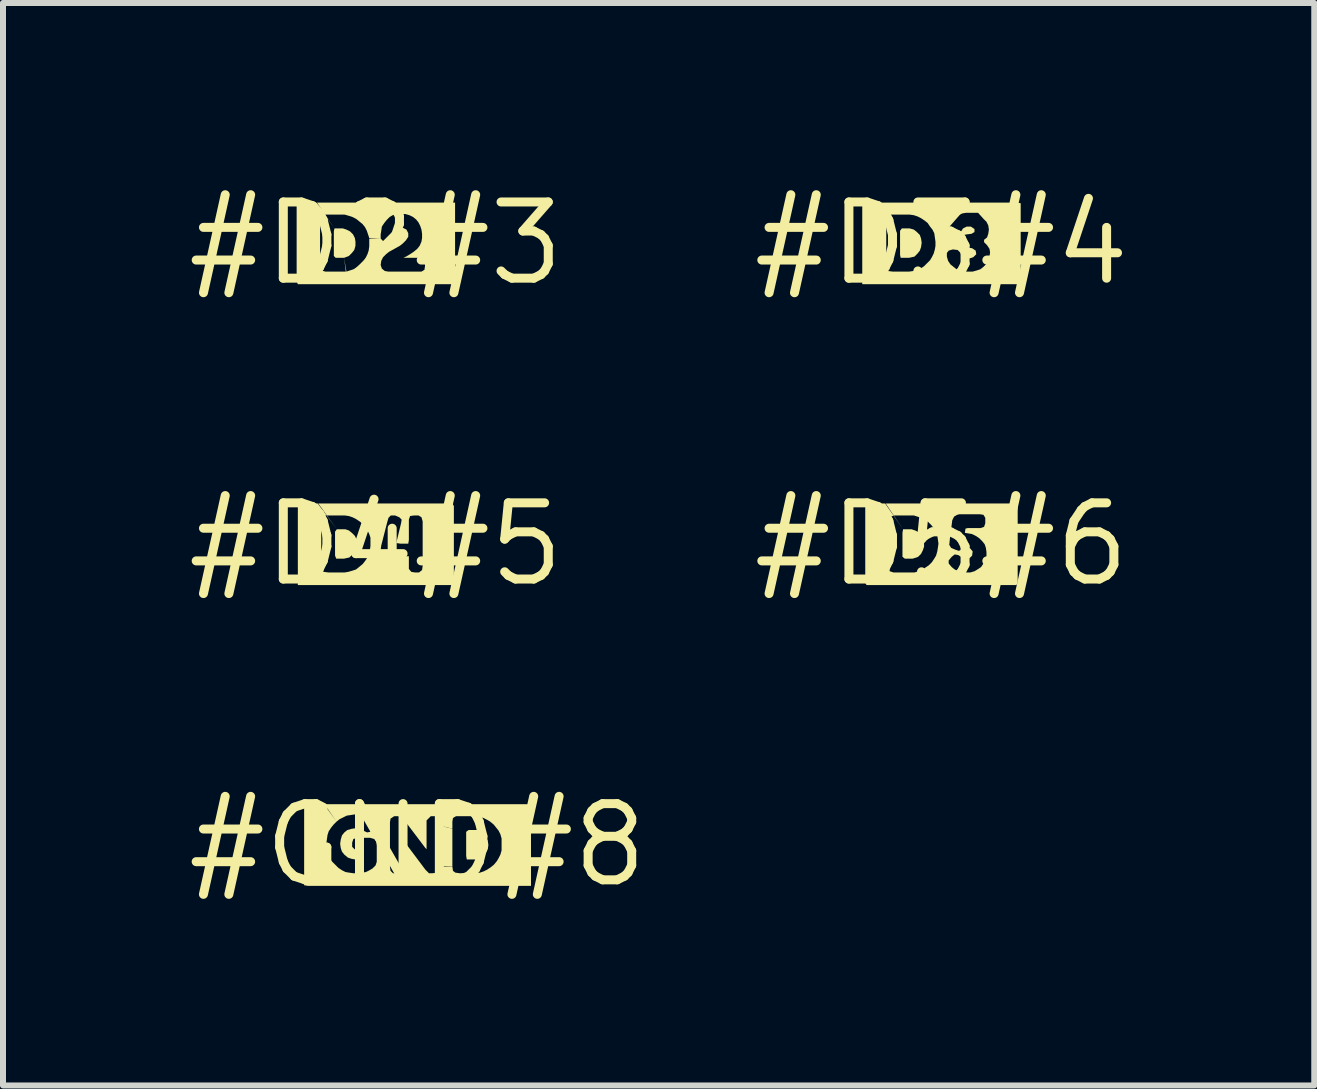
<source format=kicad_pcb>
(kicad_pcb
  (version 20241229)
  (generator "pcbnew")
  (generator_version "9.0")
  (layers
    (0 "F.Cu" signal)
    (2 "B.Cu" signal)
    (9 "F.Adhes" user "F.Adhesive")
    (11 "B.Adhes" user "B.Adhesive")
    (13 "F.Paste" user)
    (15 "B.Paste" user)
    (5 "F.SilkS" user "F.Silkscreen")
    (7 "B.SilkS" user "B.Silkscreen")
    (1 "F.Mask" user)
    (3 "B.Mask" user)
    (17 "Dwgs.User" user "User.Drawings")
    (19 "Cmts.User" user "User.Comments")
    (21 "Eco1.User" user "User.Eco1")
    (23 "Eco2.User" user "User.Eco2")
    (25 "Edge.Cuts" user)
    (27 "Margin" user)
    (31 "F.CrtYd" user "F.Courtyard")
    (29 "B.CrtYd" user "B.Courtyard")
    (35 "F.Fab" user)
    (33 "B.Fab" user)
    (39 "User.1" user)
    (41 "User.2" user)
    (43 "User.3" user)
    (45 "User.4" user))
  (footprint "#D3#4"
    (layer "F.Cu")
    (at 12.638 1.006)
    (property "Reference" "#D3#4" (at 0 0 0) (layer "F.SilkS") (effects (font (size 1.27 1.27) (thickness 0.15))))
    (attr through_hole)
    (fp_poly (pts (xy -0.98 -0.68) (xy -1.32 -0.68) (xy -1.32 0.68) (xy -1.25 0.68) (xy 1.32 0.68) (xy 1.32 -0.67) (xy 1.25 -0.68) (xy -0.98 -0.68) (xy -0.66 -0.25) (xy -0.59 -0.25) (xy -0.53 -0.25) (xy -0.46 -0.23) (xy -0.41 -0.19) (xy -0.36 -0.14) (xy -0.34 -0.08) (xy -0.33 -0.01) (xy -0.34 0.06) (xy -0.36 0.12) (xy -0.4 0.17) (xy -0.45 0.22) (xy -0.35 0.42) (xy -0.41 0.45) (xy -0.47 0.46) (xy -0.54 0.47) (xy -0.81 0.47) (xy -0.89 0.46) (xy -0.92 0.42) (xy -0.92 0.35) (xy -0.92 -0.4) (xy -0.91 -0.45) (xy -0.86 -0.48) (xy -0.8 -0.48) (xy -0.6 -0.48) (xy -0.53 -0.48) (xy -0.46 -0.47) (xy -0.4 -0.45) (xy -0.34 -0.42) (xy -0.28 -0.38) (xy -0.23 -0.34) (xy -0.19 -0.28) (xy -0.15 -0.23) (xy -0.12 -0.17) (xy -0.11 -0.1) (xy -0.1 -0.03) (xy -0.1 0.04) (xy -0.11 0.1) (xy 0.09 0.16) (xy 0.12 0.12) (xy 0.19 0.1) (xy 0.27 0.11) (xy 0.31 0.15) (xy 0.34 0.21) (xy 0.4 0.25) (xy 0.47 0.25) (xy 0.53 0.23) (xy 0.58 0.18) (xy 0.57 0.12) (xy 0.51 0.08) (xy 0.44 0.07) (xy 0.38 0.06) (xy 0.35 0.01) (xy 0.34 -0.07) (xy 0.37 -0.14) (xy 0.42 -0.15) (xy 0.5 -0.16) (xy 0.55 -0.19) (xy 0.55 -0.24) (xy 0.49 -0.28) (xy 0.42 -0.28) (xy 0.36 -0.25) (xy 0.32 -0.19) (xy 0.27 -0.16) (xy 0.21 -0.17) (xy 0.15 -0.21) (xy 0.13 -0.27) (xy 0.14 -0.32) (xy 0.18 -0.39) (xy 0.23 -0.44) (xy 0.28 -0.47) (xy 0.35 -0.5) (xy 0.41 -0.51) (xy 0.55 -0.51) (xy 0.61 -0.51) (xy 0.7 -0.41) (xy 0.75 -0.36) (xy 0.78 -0.3) (xy 0.79 -0.23) (xy 0.78 -0.16) (xy 0.76 -0.1) (xy 0.71 -0.06) (xy 0.71 -0.02) (xy 0.76 0.03) (xy 0.8 0.09) (xy 0.81 0.15) (xy 0.8 0.22) (xy 0.78 0.29) (xy 0.75 0.34) (xy 0.7 0.39) (xy 0.65 0.43) (xy 0.59 0.45) (xy 0.52 0.47) (xy 0.45 0.47) (xy 0.38 0.47) (xy 0.31 0.45) (xy 0.25 0.43) (xy 0.2 0.39) (xy 0.15 0.35) (xy 0.11 0.29) (xy 0.09 0.22) (xy 0.09 0.16) (xy -0.11 0.1) (xy -0.13 0.17) (xy -0.16 0.23) (xy -0.19 0.28) (xy -0.24 0.33) (xy -0.29 0.38) (xy -0.35 0.42) (xy -0.45 0.22) (xy -0.54 0.24) (xy -0.68 0.24) (xy -0.69 0.19) (xy -0.69 -0.21) (xy -0.66 -0.25)) (stroke (width 0) (type solid)) (fill yes) (layer "F.SilkS")))
  (footprint "#D4#5"
    (layer "F.Cu")
    (at 3.213 6.019)
    (property "Reference" "#D4#5" (at 0 0 0) (layer "F.SilkS") (effects (font (size 1.27 1.27) (thickness 0.15))))
    (attr through_hole)
    (fp_poly (pts (xy -0.97 -0.68) (xy -1.24 -0.68) (xy -1.3 -0.67) (xy -1.3 0.61) (xy -1.3 0.68) (xy 1.27 0.68) (xy 1.3 0.64) (xy 1.3 -0.64) (xy 1.27 -0.68) (xy -0.96 -0.68) (xy -0.65 -0.25) (xy -0.58 -0.25) (xy -0.51 -0.25) (xy -0.45 -0.23) (xy -0.4 -0.19) (xy -0.35 -0.14) (xy -0.32 -0.08) (xy -0.31 -0.01) (xy -0.32 0.06) (xy -0.35 0.12) (xy -0.39 0.17) (xy -0.44 0.22) (xy -0.33 0.42) (xy -0.39 0.44) (xy -0.46 0.46) (xy -0.52 0.47) (xy -0.79 0.47) (xy -0.87 0.46) (xy -0.9 0.42) (xy -0.91 0.35) (xy -0.91 -0.4) (xy -0.89 -0.45) (xy -0.84 -0.48) (xy -0.79 -0.48) (xy -0.59 -0.48) (xy -0.52 -0.48) (xy -0.45 -0.47) (xy -0.39 -0.45) (xy -0.33 -0.42) (xy -0.27 -0.38) (xy -0.22 -0.34) (xy -0.17 -0.29) (xy -0.14 -0.23) (xy -0.11 -0.17) (xy -0.09 -0.11) (xy -0.09 -0.04) (xy -0.09 0.03) (xy 0.09 0.02) (xy 0.19 -0.37) (xy 0.21 -0.44) (xy 0.25 -0.48) (xy 0.32 -0.48) (xy 0.39 -0.45) (xy 0.43 -0.41) (xy 0.42 -0.35) (xy 0.34 -0.02) (xy 0.41 -0.01) (xy 0.54 -0.01) (xy 0.55 -0.07) (xy 0.55 -0.41) (xy 0.57 -0.47) (xy 0.64 -0.48) (xy 0.71 -0.48) (xy 0.76 -0.45) (xy 0.78 -0.38) (xy 0.78 0.36) (xy 0.77 0.43) (xy 0.72 0.47) (xy 0.65 0.47) (xy 0.59 0.46) (xy 0.55 0.41) (xy 0.55 0.34) (xy 0.55 0.2) (xy 0.49 0.2) (xy 0.22 0.2) (xy 0.14 0.19) (xy 0.09 0.16) (xy 0.08 0.09) (xy 0.09 0.02) (xy -0.09 0.03) (xy -0.1 0.1) (xy -0.11 0.16) (xy -0.14 0.22) (xy -0.18 0.28) (xy -0.22 0.33) (xy -0.28 0.38) (xy -0.33 0.42) (xy -0.44 0.22) (xy -0.53 0.24) (xy -0.66 0.24) (xy -0.68 0.19) (xy -0.68 -0.21) (xy -0.65 -0.25)) (stroke (width 0) (type solid)) (fill yes) (layer "F.SilkS")))
  (footprint "#D2#3"
    (layer "F.Cu")
    (at 3.213 1.006)
    (property "Reference" "#D2#3" (at 0 0 0) (layer "F.SilkS") (effects (font (size 1.27 1.27) (thickness 0.15))))
    (attr through_hole)
    (fp_poly (pts (xy -1.01 -0.68) (xy -1.28 -0.68) (xy -1.32 -0.66) (xy -1.32 0.63) (xy -1.3 0.68) (xy 1.27 0.68) (xy 1.32 0.67) (xy 1.32 -0.62) (xy 1.32 -0.68) (xy -0.98 -0.68) (xy -0.69 -0.25) (xy -0.55 -0.25) (xy -0.49 -0.23) (xy -0.43 -0.2) (xy -0.38 -0.15) (xy -0.35 -0.09) (xy -0.34 -0.03) (xy -0.34 0.04) (xy -0.36 0.11) (xy -0.4 0.16) (xy -0.45 0.21) (xy -0.53 0.24) (xy -0.5 0.47) (xy -0.56 0.47) (xy -0.84 0.47) (xy -0.91 0.45) (xy -0.93 0.41) (xy -0.93 0.33) (xy -0.93 -0.41) (xy -0.91 -0.46) (xy -0.84 -0.48) (xy -0.79 -0.48) (xy -0.59 -0.48) (xy -0.52 -0.48) (xy -0.45 -0.46) (xy -0.39 -0.44) (xy -0.33 -0.41) (xy -0.28 -0.37) (xy -0.22 -0.32) (xy -0.18 -0.27) (xy -0.15 -0.21) (xy -0.13 -0.15) (xy -0.11 -0.09) (xy 0.08 -0.08) (xy 0.08 -0.15) (xy 0.09 -0.21) (xy 0.1 -0.28) (xy 0.14 -0.34) (xy 0.18 -0.39) (xy 0.23 -0.44) (xy 0.28 -0.47) (xy 0.35 -0.49) (xy 0.42 -0.49) (xy 0.49 -0.49) (xy 0.56 -0.47) (xy 0.62 -0.44) (xy 0.67 -0.4) (xy 0.71 -0.35) (xy 0.74 -0.29) (xy 0.76 -0.23) (xy 0.77 -0.16) (xy 0.77 -0.09) (xy 0.76 -0.03) (xy 0.73 0.04) (xy 0.69 0.09) (xy 0.63 0.14) (xy 0.57 0.18) (xy 0.52 0.21) (xy 0.46 0.24) (xy 0.52 0.24) (xy 0.66 0.24) (xy 0.7 0.24) (xy 0.77 0.25) (xy 0.81 0.3) (xy 0.82 0.37) (xy 0.81 0.44) (xy 0.76 0.47) (xy 0.69 0.47) (xy 0.21 0.47) (xy 0.15 0.46) (xy 0.1 0.42) (xy 0.08 0.36) (xy 0.09 0.29) (xy 0.12 0.23) (xy 0.17 0.18) (xy 0.22 0.14) (xy 0.4 0.04) (xy 0.45 0) (xy 0.5 -0.05) (xy 0.54 -0.11) (xy 0.54 -0.17) (xy 0.51 -0.23) (xy 0.45 -0.26) (xy 0.38 -0.26) (xy 0.33 -0.21) (xy 0.31 -0.15) (xy 0.3 -0.09) (xy 0.27 -0.04) (xy 0.2 -0.03) (xy 0.12 -0.04) (xy 0.08 -0.08) (xy -0.11 -0.08) (xy -0.11 -0.02) (xy -0.11 0.05) (xy -0.12 0.12) (xy -0.14 0.18) (xy -0.17 0.24) (xy -0.21 0.3) (xy -0.26 0.35) (xy -0.31 0.39) (xy -0.37 0.43) (xy -0.43 0.45) (xy -0.49 0.47) (xy -0.53 0.24) (xy -0.67 0.24) (xy -0.7 0.21) (xy -0.7 -0.2) (xy -0.69 -0.25) (xy -0.99 -0.68)) (stroke (width 0) (type solid)) (fill yes) (layer "F.SilkS")))
  (footprint "#GND#8"
    (layer "F.Cu")
    (at 3.908 11.031)
    (property "Reference" "#GND#8" (at 0 0 0) (layer "F.SilkS") (effects (font (size 1.27 1.27) (thickness 0.15))))
    (attr through_hole)
    (fp_poly (pts (xy -1.62 -0.68) (xy -1.89 -0.68) (xy -1.89 -0.61) (xy -1.89 0.67) (xy -1.83 0.68) (xy 1.89 0.68) (xy 1.89 0.61) (xy 1.89 -0.67) (xy 1.83 -0.68) (xy -1.55 -0.68) (xy -1.35 -0.39) (xy -1.3 -0.43) (xy -1.24 -0.46) (xy -1.18 -0.49) (xy -1.11 -0.5) (xy -1.05 -0.51) (xy -0.98 -0.5) (xy -0.91 -0.49) (xy -0.85 -0.47) (xy -0.79 -0.44) (xy -0.73 -0.4) (xy -0.71 -0.34) (xy -0.74 -0.28) (xy -0.79 -0.22) (xy -0.84 -0.21) (xy -0.97 -0.27) (xy -1.03 -0.28) (xy -1.1 -0.27) (xy -1.17 -0.25) (xy -1.22 -0.21) (xy -1.26 -0.16) (xy -1.28 -0.09) (xy -1.29 -0.02) (xy -1.28 0.05) (xy -1.26 0.11) (xy -1.22 0.16) (xy -1.16 0.21) (xy -1.1 0.23) (xy -1.04 0.24) (xy -0.97 0.24) (xy -0.91 0.21) (xy -0.91 0.08) (xy -1.05 0.07) (xy -1.09 0.03) (xy -1.09 -0.04) (xy -1.07 -0.1) (xy -1.01 -0.12) (xy -1 -0.12) (xy -0.79 -0.12) (xy -0.72 -0.1) (xy -0.69 -0.06) (xy -0.68 0.01) (xy -0.68 0.28) (xy -0.46 0.37) (xy -0.46 -0.38) (xy -0.45 -0.44) (xy -0.39 -0.48) (xy -0.32 -0.48) (xy -0.26 -0.46) (xy -0.21 -0.4) (xy 0.07 -0.03) (xy 0.13 0.05) (xy 0.15 0.07) (xy 0.15 -0.34) (xy 0.15 -0.41) (xy 0.22 -0.48) (xy 0.3 -0.48) (xy 0.35 -0.45) (xy 0.37 -0.4) (xy 0.38 -0.32) (xy 0.81 -0.22) (xy 0.85 -0.25) (xy 0.92 -0.25) (xy 0.99 -0.25) (xy 1.05 -0.22) (xy 1.1 -0.18) (xy 1.14 -0.13) (xy 1.17 -0.07) (xy 1.18 0) (xy 1.17 0.07) (xy 1.14 0.13) (xy 1.09 0.18) (xy 1.04 0.23) (xy 1.02 0.24) (xy 0.82 0.24) (xy 0.81 0.18) (xy 0.81 -0.22) (xy 0.38 -0.32) (xy 0.38 0.35) (xy 0.58 0.36) (xy 0.58 -0.39) (xy 0.59 -0.45) (xy 0.64 -0.48) (xy 0.69 -0.48) (xy 0.97 -0.48) (xy 1.03 -0.47) (xy 1.1 -0.45) (xy 1.16 -0.42) (xy 1.21 -0.39) (xy 1.27 -0.34) (xy 1.31 -0.29) (xy 1.35 -0.24) (xy 1.38 -0.18) (xy 1.4 -0.11) (xy 1.4 -0.04) (xy 1.4 0.03) (xy 1.4 0.09) (xy 1.38 0.16) (xy 1.35 0.22) (xy 1.32 0.27) (xy 1.27 0.33) (xy 1.22 0.37) (xy 1.16 0.41) (xy 1.1 0.44) (xy 1.04 0.46) (xy 0.97 0.47) (xy 0.91 0.47) (xy 0.7 0.47) (xy 0.63 0.46) (xy 0.59 0.43) (xy 0.58 0.36) (xy 0.38 0.36) (xy 0.37 0.42) (xy 0.33 0.46) (xy 0.25 0.47) (xy 0.19 0.47) (xy 0.13 0.41) (xy -0.23 -0.07) (xy -0.23 -0.01) (xy -0.23 0.4) (xy -0.26 0.45) (xy -0.32 0.47) (xy -0.41 0.47) (xy -0.45 0.43) (xy -0.46 0.37) (xy -0.68 0.28) (xy -0.7 0.34) (xy -0.75 0.39) (xy -0.8 0.42) (xy -0.86 0.45) (xy -0.92 0.46) (xy -1 0.47) (xy -1.07 0.47) (xy -1.14 0.46) (xy -1.2 0.45) (xy -1.26 0.42) (xy -1.32 0.38) (xy -1.37 0.33) (xy -1.42 0.28) (xy -1.46 0.23) (xy -1.49 0.17) (xy -1.51 0.1) (xy -1.52 0.04) (xy -1.52 -0.03) (xy -1.51 -0.1) (xy -1.5 -0.17) (xy -1.48 -0.23) (xy -1.44 -0.29) (xy -1.4 -0.34) (xy -1.35 -0.39) (xy -1.56 -0.68)) (stroke (width 0) (type solid)) (fill yes) (layer "F.SilkS")))
  (footprint "#D5#6"
    (layer "F.Cu")
    (at 12.638 6.019)
    (property "Reference" "#D5#6" (at 0 0 0) (layer "F.SilkS") (effects (font (size 1.27 1.27) (thickness 0.15))))
    (attr through_hole)
    (fp_poly (pts (xy -0.96 -0.68) (xy -1.23 -0.68) (xy -1.27 -0.65) (xy -1.27 0.63) (xy -1.25 0.68) (xy 1.25 0.68) (xy 1.27 0.63) (xy 1.27 -0.65) (xy 1.23 -0.68) (xy -0.93 -0.68) (xy -0.64 -0.25) (xy -0.5 -0.25) (xy -0.44 -0.23) (xy -0.38 -0.2) (xy -0.33 -0.15) (xy -0.3 -0.1) (xy -0.29 -0.03) (xy -0.29 0.04) (xy -0.31 0.1) (xy -0.34 0.16) (xy -0.39 0.21) (xy -0.48 0.24) (xy -0.45 0.47) (xy -0.52 0.47) (xy -0.8 0.47) (xy -0.86 0.45) (xy -0.88 0.4) (xy -0.88 0.33) (xy -0.88 -0.42) (xy -0.85 -0.46) (xy -0.78 -0.48) (xy -0.73 -0.48) (xy -0.53 -0.48) (xy -0.46 -0.48) (xy -0.4 -0.46) (xy -0.34 -0.44) (xy -0.28 -0.41) (xy -0.22 -0.37) (xy -0.17 -0.32) (xy -0.13 -0.27) (xy -0.1 -0.21) (xy -0.07 -0.15) (xy -0.06 -0.08) (xy -0.05 -0.01) (xy 0.13 0.01) (xy 0.14 -0.09) (xy 0.18 -0.4) (xy 0.21 -0.46) (xy 0.26 -0.49) (xy 0.3 -0.5) (xy 0.64 -0.5) (xy 0.7 -0.49) (xy 0.73 -0.44) (xy 0.73 -0.35) (xy 0.71 -0.29) (xy 0.65 -0.27) (xy 0.44 -0.27) (xy 0.4 -0.26) (xy 0.39 -0.19) (xy 0.51 -0.17) (xy 0.57 -0.14) (xy 0.63 -0.1) (xy 0.68 -0.05) (xy 0.72 0) (xy 0.74 0.06) (xy 0.75 0.13) (xy 0.75 0.2) (xy 0.73 0.26) (xy 0.7 0.32) (xy 0.66 0.38) (xy 0.6 0.42) (xy 0.55 0.45) (xy 0.48 0.47) (xy 0.41 0.47) (xy 0.34 0.47) (xy 0.28 0.45) (xy 0.22 0.42) (xy 0.17 0.38) (xy 0.12 0.32) (xy 0.12 0.27) (xy 0.17 0.21) (xy 0.22 0.17) (xy 0.28 0.18) (xy 0.34 0.22) (xy 0.4 0.24) (xy 0.47 0.23) (xy 0.51 0.19) (xy 0.52 0.12) (xy 0.48 0.07) (xy 0.41 0.05) (xy 0.29 0.11) (xy 0.23 0.09) (xy 0.16 0.06) (xy 0.13 0.01) (xy -0.05 -0.01) (xy -0.06 0.06) (xy -0.07 0.12) (xy -0.09 0.19) (xy -0.12 0.24) (xy -0.16 0.3) (xy -0.21 0.35) (xy -0.27 0.39) (xy -0.32 0.43) (xy -0.38 0.45) (xy -0.45 0.47) (xy -0.48 0.24) (xy -0.61 0.24) (xy -0.65 0.21) (xy -0.65 -0.19) (xy -0.64 -0.25) (xy -0.94 -0.68)) (stroke (width 0) (type solid)) (fill yes) (layer "F.SilkS")))
  (gr_rect
    (start -3 -3)
    (end 18.85 15.037)
    (stroke (width 0.1) (type default))
    (fill no)
    (layer "Edge.Cuts")))
</source>
